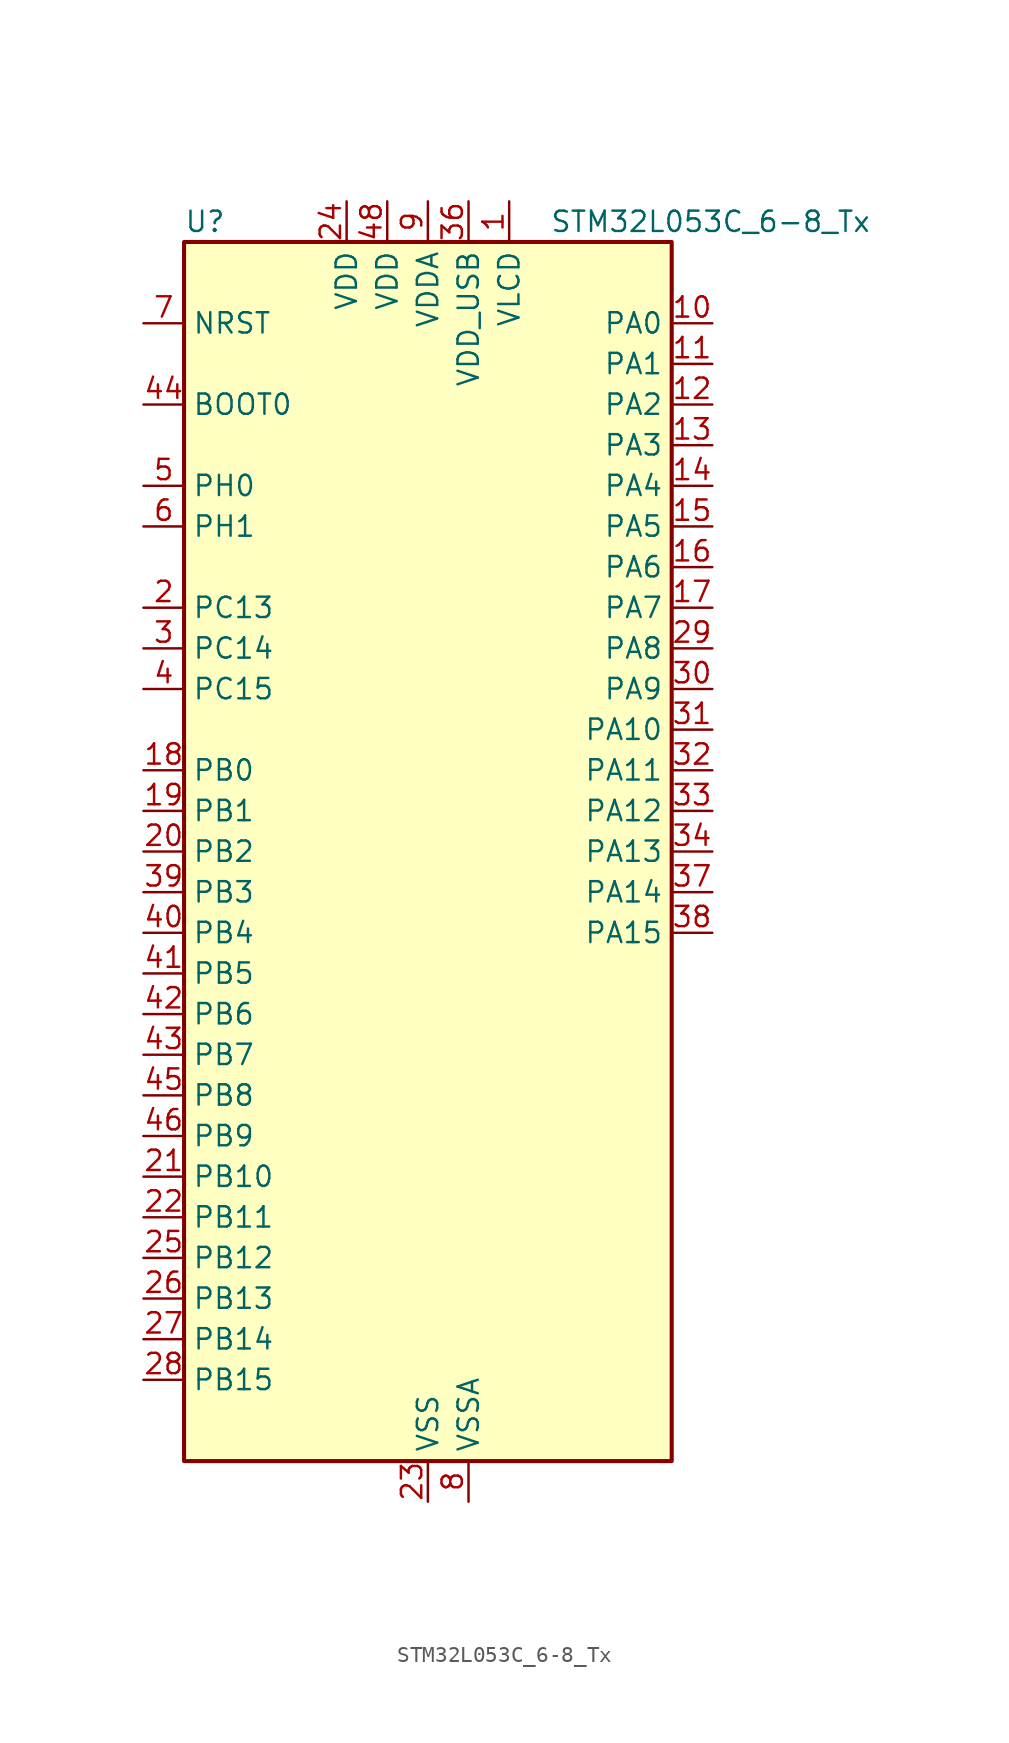
<source format=kicad_sym>
(kicad_symbol_lib
  (version 20241209)
  (generator "kicad_symbol_editor")
  (generator_version "9.0")
  (symbol "STM32L053C_6-8_Tx"
    (property "Reference" "U"
      (at -15.24 39.37 0)
      (effects (font (size 1.27 1.27)) (justify left)))
    (property "Value" "STM32L053C_6-8_Tx"
      (at 7.62 39.37 0)
      (effects (font (size 1.27 1.27)) (justify left)))
    (symbol "STM32L053C_6-8_Tx_0_1"
      (rectangle (start -15.24 -38.1) (end 15.24 38.1) (stroke (width 0.254) (type default)) (fill (type background))))
    (symbol "STM32L053C_6-8_Tx_1_1"
      (pin input line (at -17.78 33.02 0) (length 2.54) (name "NRST" (effects (font (size 1.27 1.27)))) (number "7" (effects (font (size 1.27 1.27)))))
      (pin input line (at -17.78 27.94 0) (length 2.54) (name "BOOT0" (effects (font (size 1.27 1.27)))) (number "44" (effects (font (size 1.27 1.27)))))
      (pin bidirectional line (at -17.78 22.86 0) (length 2.54) (name "PH0" (effects (font (size 1.27 1.27)))) (number "5" (effects (font (size 1.27 1.27)))) (alternate "CRS_SYNC" bidirectional line) (alternate "RCC_OSC_IN" bidirectional line))
      (pin bidirectional line (at -17.78 20.32 0) (length 2.54) (name "PH1" (effects (font (size 1.27 1.27)))) (number "6" (effects (font (size 1.27 1.27)))) (alternate "RCC_OSC_OUT" bidirectional line))
      (pin bidirectional line (at -17.78 15.24 0) (length 2.54) (name "PC13" (effects (font (size 1.27 1.27)))) (number "2" (effects (font (size 1.27 1.27)))) (alternate "RTC_OUT_ALARM" bidirectional line) (alternate "RTC_OUT_CALIB" bidirectional line) (alternate "RTC_TAMP1" bidirectional line) (alternate "RTC_TS" bidirectional line) (alternate "SYS_WKUP2" bidirectional line))
      (pin bidirectional line (at -17.78 12.7 0) (length 2.54) (name "PC14" (effects (font (size 1.27 1.27)))) (number "3" (effects (font (size 1.27 1.27)))) (alternate "RCC_OSC32_IN" bidirectional line))
      (pin bidirectional line (at -17.78 10.16 0) (length 2.54) (name "PC15" (effects (font (size 1.27 1.27)))) (number "4" (effects (font (size 1.27 1.27)))) (alternate "RCC_OSC32_OUT" bidirectional line))
      (pin bidirectional line (at -17.78 5.08 0) (length 2.54) (name "PB0" (effects (font (size 1.27 1.27)))) (number "18" (effects (font (size 1.27 1.27)))) (alternate "ADC_IN8" bidirectional line) (alternate "LCD_SEG5" bidirectional line) (alternate "LCD_VLCD3" bidirectional line) (alternate "SYS_VREF_OUT_PB0" bidirectional line) (alternate "TSC_G3_IO2" bidirectional line))
      (pin bidirectional line (at -17.78 2.54 0) (length 2.54) (name "PB1" (effects (font (size 1.27 1.27)))) (number "19" (effects (font (size 1.27 1.27)))) (alternate "ADC_IN9" bidirectional line) (alternate "LCD_SEG6" bidirectional line) (alternate "LPUART1_DE" bidirectional line) (alternate "LPUART1_RTS" bidirectional line) (alternate "SYS_VREF_OUT_PB1" bidirectional line) (alternate "TSC_G3_IO3" bidirectional line))
      (pin bidirectional line (at -17.78 0 0) (length 2.54) (name "PB2" (effects (font (size 1.27 1.27)))) (number "20" (effects (font (size 1.27 1.27)))) (alternate "LCD_VLCD2" bidirectional line) (alternate "LPTIM1_OUT" bidirectional line) (alternate "TSC_G3_IO4" bidirectional line))
      (pin bidirectional line (at -17.78 -2.54 0) (length 2.54) (name "PB3" (effects (font (size 1.27 1.27)))) (number "39" (effects (font (size 1.27 1.27)))) (alternate "COMP2_INM" bidirectional line) (alternate "LCD_SEG7" bidirectional line) (alternate "SPI1_SCK" bidirectional line) (alternate "TIM2_CH2" bidirectional line) (alternate "TSC_G5_IO1" bidirectional line))
      (pin bidirectional line (at -17.78 -5.08 0) (length 2.54) (name "PB4" (effects (font (size 1.27 1.27)))) (number "40" (effects (font (size 1.27 1.27)))) (alternate "COMP2_INP" bidirectional line) (alternate "LCD_SEG8" bidirectional line) (alternate "SPI1_MISO" bidirectional line) (alternate "TIM22_CH1" bidirectional line) (alternate "TSC_G5_IO2" bidirectional line))
      (pin bidirectional line (at -17.78 -7.62 0) (length 2.54) (name "PB5" (effects (font (size 1.27 1.27)))) (number "41" (effects (font (size 1.27 1.27)))) (alternate "COMP2_INP" bidirectional line) (alternate "I2C1_SMBA" bidirectional line) (alternate "LCD_SEG9" bidirectional line) (alternate "LPTIM1_IN1" bidirectional line) (alternate "SPI1_MOSI" bidirectional line) (alternate "TIM22_CH2" bidirectional line))
      (pin bidirectional line (at -17.78 -10.16 0) (length 2.54) (name "PB6" (effects (font (size 1.27 1.27)))) (number "42" (effects (font (size 1.27 1.27)))) (alternate "COMP2_INP" bidirectional line) (alternate "I2C1_SCL" bidirectional line) (alternate "LPTIM1_ETR" bidirectional line) (alternate "TSC_G5_IO3" bidirectional line) (alternate "USART1_TX" bidirectional line))
      (pin bidirectional line (at -17.78 -12.7 0) (length 2.54) (name "PB7" (effects (font (size 1.27 1.27)))) (number "43" (effects (font (size 1.27 1.27)))) (alternate "COMP2_INP" bidirectional line) (alternate "I2C1_SDA" bidirectional line) (alternate "LPTIM1_IN2" bidirectional line) (alternate "SYS_PVD_IN" bidirectional line) (alternate "TSC_G5_IO4" bidirectional line) (alternate "USART1_RX" bidirectional line))
      (pin bidirectional line (at -17.78 -15.24 0) (length 2.54) (name "PB8" (effects (font (size 1.27 1.27)))) (number "45" (effects (font (size 1.27 1.27)))) (alternate "I2C1_SCL" bidirectional line) (alternate "LCD_SEG16" bidirectional line) (alternate "TSC_SYNC" bidirectional line))
      (pin bidirectional line (at -17.78 -17.78 0) (length 2.54) (name "PB9" (effects (font (size 1.27 1.27)))) (number "46" (effects (font (size 1.27 1.27)))) (alternate "DAC_EXTI9" bidirectional line) (alternate "I2C1_SDA" bidirectional line) (alternate "I2S2_WS" bidirectional line) (alternate "LCD_COM3" bidirectional line) (alternate "SPI2_NSS" bidirectional line))
      (pin bidirectional line (at -17.78 -20.32 0) (length 2.54) (name "PB10" (effects (font (size 1.27 1.27)))) (number "21" (effects (font (size 1.27 1.27)))) (alternate "I2C2_SCL" bidirectional line) (alternate "LCD_SEG10" bidirectional line) (alternate "LPUART1_TX" bidirectional line) (alternate "SPI2_SCK" bidirectional line) (alternate "TIM2_CH3" bidirectional line) (alternate "TSC_SYNC" bidirectional line))
      (pin bidirectional line (at -17.78 -22.86 0) (length 2.54) (name "PB11" (effects (font (size 1.27 1.27)))) (number "22" (effects (font (size 1.27 1.27)))) (alternate "ADC_EXTI11" bidirectional line) (alternate "I2C2_SDA" bidirectional line) (alternate "LCD_SEG11" bidirectional line) (alternate "LPUART1_RX" bidirectional line) (alternate "TIM2_CH4" bidirectional line) (alternate "TSC_G6_IO1" bidirectional line))
      (pin bidirectional line (at -17.78 -25.4 0) (length 2.54) (name "PB12" (effects (font (size 1.27 1.27)))) (number "25" (effects (font (size 1.27 1.27)))) (alternate "I2S2_WS" bidirectional line) (alternate "LCD_SEG12" bidirectional line) (alternate "LCD_VLCD1" bidirectional line) (alternate "LPUART1_DE" bidirectional line) (alternate "LPUART1_RTS" bidirectional line) (alternate "SPI2_NSS" bidirectional line) (alternate "TSC_G6_IO2" bidirectional line))
      (pin bidirectional line (at -17.78 -27.94 0) (length 2.54) (name "PB13" (effects (font (size 1.27 1.27)))) (number "26" (effects (font (size 1.27 1.27)))) (alternate "I2C2_SCL" bidirectional line) (alternate "I2S2_CK" bidirectional line) (alternate "LCD_SEG13" bidirectional line) (alternate "LPUART1_CTS" bidirectional line) (alternate "SPI2_SCK" bidirectional line) (alternate "TIM21_CH1" bidirectional line) (alternate "TSC_G6_IO3" bidirectional line))
      (pin bidirectional line (at -17.78 -30.48 0) (length 2.54) (name "PB14" (effects (font (size 1.27 1.27)))) (number "27" (effects (font (size 1.27 1.27)))) (alternate "I2C2_SDA" bidirectional line) (alternate "I2S2_MCK" bidirectional line) (alternate "LCD_SEG14" bidirectional line) (alternate "LPUART1_DE" bidirectional line) (alternate "LPUART1_RTS" bidirectional line) (alternate "RTC_OUT_ALARM" bidirectional line) (alternate "RTC_OUT_CALIB" bidirectional line) (alternate "SPI2_MISO" bidirectional line) (alternate "TIM21_CH2" bidirectional line) (alternate "TSC_G6_IO4" bidirectional line))
      (pin bidirectional line (at -17.78 -33.02 0) (length 2.54) (name "PB15" (effects (font (size 1.27 1.27)))) (number "28" (effects (font (size 1.27 1.27)))) (alternate "I2S2_SD" bidirectional line) (alternate "LCD_SEG15" bidirectional line) (alternate "RTC_REFIN" bidirectional line) (alternate "SPI2_MOSI" bidirectional line))
      (pin power_in line (at -5.08 40.64 270) (length 2.54) (name "VDD" (effects (font (size 1.27 1.27)))) (number "24" (effects (font (size 1.27 1.27)))))
      (pin power_in line (at -2.54 40.64 270) (length 2.54) (name "VDD" (effects (font (size 1.27 1.27)))) (number "48" (effects (font (size 1.27 1.27)))))
      (pin power_in line (at 0 40.64 270) (length 2.54) (name "VDDA" (effects (font (size 1.27 1.27)))) (number "9" (effects (font (size 1.27 1.27)))))
      (pin power_in line (at 0 -40.64 90) (length 2.54) (name "VSS" (effects (font (size 1.27 1.27)))) (number "23" (effects (font (size 1.27 1.27)))))
      (pin passive line (at 0 -40.64 90) (length 2.54) (hide yes) (name "VSS" (effects (font (size 1.27 1.27)))) (number "35" (effects (font (size 1.27 1.27)))))
      (pin passive line (at 0 -40.64 90) (length 2.54) (hide yes) (name "VSS" (effects (font (size 1.27 1.27)))) (number "47" (effects (font (size 1.27 1.27)))))
      (pin power_in line (at 2.54 40.64 270) (length 2.54) (name "VDD_USB" (effects (font (size 1.27 1.27)))) (number "36" (effects (font (size 1.27 1.27)))))
      (pin power_in line (at 2.54 -40.64 90) (length 2.54) (name "VSSA" (effects (font (size 1.27 1.27)))) (number "8" (effects (font (size 1.27 1.27)))))
      (pin power_in line (at 5.08 40.64 270) (length 2.54) (name "VLCD" (effects (font (size 1.27 1.27)))) (number "1" (effects (font (size 1.27 1.27)))))
      (pin bidirectional line (at 17.78 33.02 180) (length 2.54) (name "PA0" (effects (font (size 1.27 1.27)))) (number "10" (effects (font (size 1.27 1.27)))) (alternate "ADC_IN0" bidirectional line) (alternate "COMP1_INM" bidirectional line) (alternate "COMP1_OUT" bidirectional line) (alternate "RTC_TAMP2" bidirectional line) (alternate "SYS_WKUP1" bidirectional line) (alternate "TIM2_CH1" bidirectional line) (alternate "TIM2_ETR" bidirectional line) (alternate "TSC_G1_IO1" bidirectional line) (alternate "USART2_CTS" bidirectional line))
      (pin bidirectional line (at 17.78 30.48 180) (length 2.54) (name "PA1" (effects (font (size 1.27 1.27)))) (number "11" (effects (font (size 1.27 1.27)))) (alternate "ADC_IN1" bidirectional line) (alternate "COMP1_INP" bidirectional line) (alternate "LCD_SEG0" bidirectional line) (alternate "TIM21_ETR" bidirectional line) (alternate "TIM2_CH2" bidirectional line) (alternate "TSC_G1_IO2" bidirectional line) (alternate "USART2_DE" bidirectional line) (alternate "USART2_RTS" bidirectional line))
      (pin bidirectional line (at 17.78 27.94 180) (length 2.54) (name "PA2" (effects (font (size 1.27 1.27)))) (number "12" (effects (font (size 1.27 1.27)))) (alternate "ADC_IN2" bidirectional line) (alternate "COMP2_INM" bidirectional line) (alternate "COMP2_OUT" bidirectional line) (alternate "LCD_SEG1" bidirectional line) (alternate "TIM21_CH1" bidirectional line) (alternate "TIM2_CH3" bidirectional line) (alternate "TSC_G1_IO3" bidirectional line) (alternate "USART2_TX" bidirectional line))
      (pin bidirectional line (at 17.78 25.4 180) (length 2.54) (name "PA3" (effects (font (size 1.27 1.27)))) (number "13" (effects (font (size 1.27 1.27)))) (alternate "ADC_IN3" bidirectional line) (alternate "COMP2_INP" bidirectional line) (alternate "LCD_SEG2" bidirectional line) (alternate "TIM21_CH2" bidirectional line) (alternate "TIM2_CH4" bidirectional line) (alternate "TSC_G1_IO4" bidirectional line) (alternate "USART2_RX" bidirectional line))
      (pin bidirectional line (at 17.78 22.86 180) (length 2.54) (name "PA4" (effects (font (size 1.27 1.27)))) (number "14" (effects (font (size 1.27 1.27)))) (alternate "ADC_IN4" bidirectional line) (alternate "COMP1_INM" bidirectional line) (alternate "COMP2_INM" bidirectional line) (alternate "DAC_OUT1" bidirectional line) (alternate "SPI1_NSS" bidirectional line) (alternate "TIM22_ETR" bidirectional line) (alternate "TSC_G2_IO1" bidirectional line) (alternate "USART2_CK" bidirectional line))
      (pin bidirectional line (at 17.78 20.32 180) (length 2.54) (name "PA5" (effects (font (size 1.27 1.27)))) (number "15" (effects (font (size 1.27 1.27)))) (alternate "ADC_IN5" bidirectional line) (alternate "COMP1_INM" bidirectional line) (alternate "COMP2_INM" bidirectional line) (alternate "SPI1_SCK" bidirectional line) (alternate "TIM2_CH1" bidirectional line) (alternate "TIM2_ETR" bidirectional line) (alternate "TSC_G2_IO2" bidirectional line))
      (pin bidirectional line (at 17.78 17.78 180) (length 2.54) (name "PA6" (effects (font (size 1.27 1.27)))) (number "16" (effects (font (size 1.27 1.27)))) (alternate "ADC_IN6" bidirectional line) (alternate "COMP1_OUT" bidirectional line) (alternate "LCD_SEG3" bidirectional line) (alternate "LPUART1_CTS" bidirectional line) (alternate "SPI1_MISO" bidirectional line) (alternate "TIM22_CH1" bidirectional line) (alternate "TSC_G2_IO3" bidirectional line))
      (pin bidirectional line (at 17.78 15.24 180) (length 2.54) (name "PA7" (effects (font (size 1.27 1.27)))) (number "17" (effects (font (size 1.27 1.27)))) (alternate "ADC_IN7" bidirectional line) (alternate "COMP2_OUT" bidirectional line) (alternate "LCD_SEG4" bidirectional line) (alternate "SPI1_MOSI" bidirectional line) (alternate "TIM22_CH2" bidirectional line) (alternate "TSC_G2_IO4" bidirectional line))
      (pin bidirectional line (at 17.78 12.7 180) (length 2.54) (name "PA8" (effects (font (size 1.27 1.27)))) (number "29" (effects (font (size 1.27 1.27)))) (alternate "CRS_SYNC" bidirectional line) (alternate "LCD_COM0" bidirectional line) (alternate "RCC_MCO" bidirectional line) (alternate "USART1_CK" bidirectional line))
      (pin bidirectional line (at 17.78 10.16 180) (length 2.54) (name "PA9" (effects (font (size 1.27 1.27)))) (number "30" (effects (font (size 1.27 1.27)))) (alternate "DAC_EXTI9" bidirectional line) (alternate "LCD_COM1" bidirectional line) (alternate "RCC_MCO" bidirectional line) (alternate "TSC_G4_IO1" bidirectional line) (alternate "USART1_TX" bidirectional line))
      (pin bidirectional line (at 17.78 7.62 180) (length 2.54) (name "PA10" (effects (font (size 1.27 1.27)))) (number "31" (effects (font (size 1.27 1.27)))) (alternate "LCD_COM2" bidirectional line) (alternate "TSC_G4_IO2" bidirectional line) (alternate "USART1_RX" bidirectional line))
      (pin bidirectional line (at 17.78 5.08 180) (length 2.54) (name "PA11" (effects (font (size 1.27 1.27)))) (number "32" (effects (font (size 1.27 1.27)))) (alternate "ADC_EXTI11" bidirectional line) (alternate "COMP1_OUT" bidirectional line) (alternate "SPI1_MISO" bidirectional line) (alternate "TSC_G4_IO3" bidirectional line) (alternate "USART1_CTS" bidirectional line) (alternate "USB_DM" bidirectional line))
      (pin bidirectional line (at 17.78 2.54 180) (length 2.54) (name "PA12" (effects (font (size 1.27 1.27)))) (number "33" (effects (font (size 1.27 1.27)))) (alternate "COMP2_OUT" bidirectional line) (alternate "SPI1_MOSI" bidirectional line) (alternate "TSC_G4_IO4" bidirectional line) (alternate "USART1_DE" bidirectional line) (alternate "USART1_RTS" bidirectional line) (alternate "USB_DP" bidirectional line))
      (pin bidirectional line (at 17.78 0 180) (length 2.54) (name "PA13" (effects (font (size 1.27 1.27)))) (number "34" (effects (font (size 1.27 1.27)))) (alternate "SYS_SWDIO" bidirectional line) (alternate "USB_NOE" bidirectional line))
      (pin bidirectional line (at 17.78 -2.54 180) (length 2.54) (name "PA14" (effects (font (size 1.27 1.27)))) (number "37" (effects (font (size 1.27 1.27)))) (alternate "SYS_SWCLK" bidirectional line) (alternate "USART2_TX" bidirectional line))
      (pin bidirectional line (at 17.78 -5.08 180) (length 2.54) (name "PA15" (effects (font (size 1.27 1.27)))) (number "38" (effects (font (size 1.27 1.27)))) (alternate "LCD_SEG17" bidirectional line) (alternate "SPI1_NSS" bidirectional line) (alternate "TIM2_CH1" bidirectional line) (alternate "TIM2_ETR" bidirectional line) (alternate "USART2_RX" bidirectional line)))))
</source>
